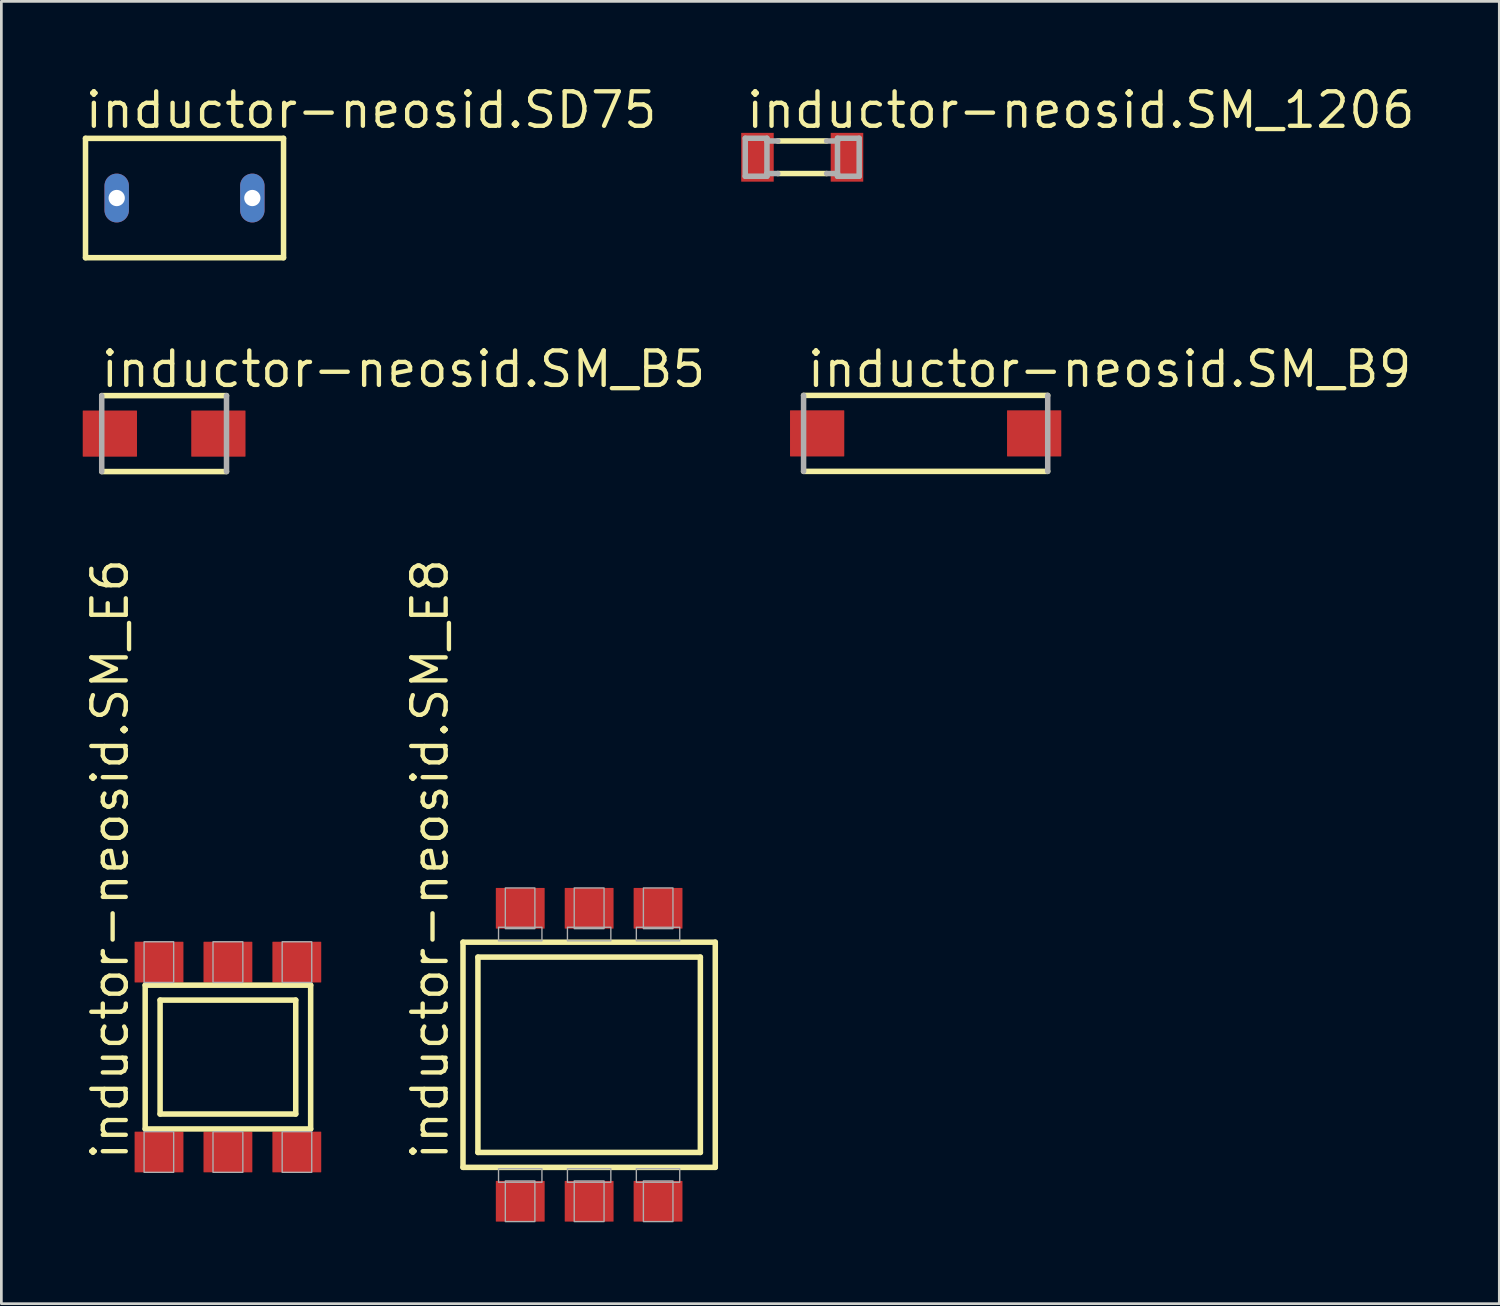
<source format=kicad_pcb>
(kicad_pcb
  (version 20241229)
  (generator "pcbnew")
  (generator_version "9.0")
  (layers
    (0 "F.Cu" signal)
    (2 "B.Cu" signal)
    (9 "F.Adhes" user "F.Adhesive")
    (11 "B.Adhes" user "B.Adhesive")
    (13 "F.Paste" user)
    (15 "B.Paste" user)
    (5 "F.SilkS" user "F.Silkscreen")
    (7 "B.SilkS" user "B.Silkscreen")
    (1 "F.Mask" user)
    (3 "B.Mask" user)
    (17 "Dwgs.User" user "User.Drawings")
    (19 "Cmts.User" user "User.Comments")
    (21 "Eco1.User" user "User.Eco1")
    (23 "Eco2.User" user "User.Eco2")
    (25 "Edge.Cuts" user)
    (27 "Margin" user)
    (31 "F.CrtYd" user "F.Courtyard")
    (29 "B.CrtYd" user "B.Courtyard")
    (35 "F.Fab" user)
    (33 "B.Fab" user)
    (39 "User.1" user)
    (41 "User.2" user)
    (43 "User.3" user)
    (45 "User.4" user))
  (footprint "inductor-neosid.SM_E8"
    (layer "F.Cu")
    (at 18.668 35.833)
    (property "Reference" "inductor-neosid.SM_E8" (at -5.126 3.962 90) (layer "F.SilkS") (effects (font (size 1.27 1.27) (thickness 0.16)) (justify left bottom)))
    (attr smd)
    (fp_line (start -4.65 -4.15) (end 4.65 -4.15) (stroke (width 0.203) (type default)) (layer "F.SilkS"))
    (fp_line (start -4.65 4.15) (end -4.65 -4.15) (stroke (width 0.203) (type default)) (layer "F.SilkS"))
    (fp_line (start -4.1 -3.6) (end 4.1 -3.6) (stroke (width 0.203) (type default)) (layer "F.SilkS"))
    (fp_line (start -4.1 3.6) (end -4.1 -3.6) (stroke (width 0.203) (type default)) (layer "F.SilkS"))
    (fp_line (start 4.1 -3.6) (end 4.1 3.6) (stroke (width 0.203) (type default)) (layer "F.SilkS"))
    (fp_line (start 4.1 3.6) (end -4.1 3.6) (stroke (width 0.203) (type default)) (layer "F.SilkS"))
    (fp_line (start 4.65 -4.15) (end 4.65 4.15) (stroke (width 0.203) (type default)) (layer "F.SilkS"))
    (fp_line (start 4.65 4.15) (end -4.65 4.15) (stroke (width 0.203) (type default)) (layer "F.SilkS"))
    (fp_rect (start -3.34 -4.2) (end -1.74 -4.7) (stroke (width 0.05) (type default)) (fill no) (layer "F.Fab"))
    (fp_rect (start -3.34 4.7) (end -1.74 4.2) (stroke (width 0.05) (type default)) (fill no) (layer "F.Fab"))
    (fp_rect (start -3.09 -4.65) (end -2 -6.15) (stroke (width 0.05) (type default)) (fill no) (layer "F.Fab"))
    (fp_rect (start -3.09 6.15) (end -2 4.65) (stroke (width 0.05) (type default)) (fill no) (layer "F.Fab"))
    (fp_rect (start -0.8 -4.2) (end 0.8 -4.7) (stroke (width 0.05) (type default)) (fill no) (layer "F.Fab"))
    (fp_rect (start -0.8 4.7) (end 0.8 4.2) (stroke (width 0.05) (type default)) (fill no) (layer "F.Fab"))
    (fp_rect (start -0.55 -4.65) (end 0.55 -6.15) (stroke (width 0.05) (type default)) (fill no) (layer "F.Fab"))
    (fp_rect (start -0.55 6.15) (end 0.55 4.65) (stroke (width 0.05) (type default)) (fill no) (layer "F.Fab"))
    (fp_rect (start 1.74 -4.2) (end 3.34 -4.7) (stroke (width 0.05) (type default)) (fill no) (layer "F.Fab"))
    (fp_rect (start 1.74 4.7) (end 3.34 4.2) (stroke (width 0.05) (type default)) (fill no) (layer "F.Fab"))
    (fp_rect (start 2 -4.65) (end 3.09 -6.15) (stroke (width 0.05) (type default)) (fill no) (layer "F.Fab"))
    (fp_rect (start 2 6.15) (end 3.09 4.65) (stroke (width 0.05) (type default)) (fill no) (layer "F.Fab"))
    (pad "1" smd roundrect (at -2.54 -5.4) (size 1.8 1.5) (layers "F.Cu" "F.Mask" "F.Paste") (roundrect_rratio 0.01))
    (pad "2" smd roundrect (at 0 -5.4) (size 1.8 1.5) (layers "F.Cu" "F.Mask" "F.Paste") (roundrect_rratio 0.01))
    (pad "3" smd roundrect (at 2.54 -5.4) (size 1.8 1.5) (layers "F.Cu" "F.Mask" "F.Paste") (roundrect_rratio 0.01))
    (pad "4" smd roundrect (at 2.54 5.4) (size 1.8 1.5) (layers "F.Cu" "F.Mask" "F.Paste") (roundrect_rratio 0.01))
    (pad "5" smd roundrect (at 0 5.4) (size 1.8 1.5) (layers "F.Cu" "F.Mask" "F.Paste") (roundrect_rratio 0.01))
    (pad "6" smd roundrect (at -2.54 5.4) (size 1.8 1.5) (layers "F.Cu" "F.Mask" "F.Paste") (roundrect_rratio 0.01)))
  (footprint "inductor-neosid.SM_B9"
    (layer "F.Cu")
    (at 31.073 12.926)
    (property "Reference" "inductor-neosid.SM_B9" (at -4.451 -1.624 0) (layer "F.SilkS") (effects (font (size 1.27 1.27) (thickness 0.16)) (justify left bottom)))
    (attr smd)
    (fp_line (start -4.5 1.4) (end 4.5 1.4) (stroke (width 0.203) (type default)) (layer "F.SilkS"))
    (fp_line (start 4.5 -1.4) (end -4.5 -1.4) (stroke (width 0.203) (type default)) (layer "F.SilkS"))
    (fp_line (start -4.5 -1.4) (end -4.5 1.4) (stroke (width 0.203) (type default)) (layer "F.Fab"))
    (fp_line (start 4.5 1.4) (end 4.5 -1.4) (stroke (width 0.203) (type default)) (layer "F.Fab"))
    (pad "1" smd roundrect (at -4 0) (size 2 1.7) (layers "F.Cu" "F.Mask" "F.Paste") (roundrect_rratio 0.01))
    (pad "2" smd roundrect (at 4 0) (size 2 1.7) (layers "F.Cu" "F.Mask" "F.Paste") (roundrect_rratio 0.01)))
  (footprint "inductor-neosid.SD75"
    (layer "F.Cu")
    (at 3.752 4.25)
    (property "Reference" "inductor-neosid.SD75" (at -3.75 -2.5 0) (layer "F.SilkS") (effects (font (size 1.27 1.27) (thickness 0.16)) (justify left bottom)))
    (attr through_hole)
    (fp_line (start -3.65 -2.2) (end -3.65 2.2) (stroke (width 0.203) (type default)) (layer "F.SilkS"))
    (fp_line (start -3.65 2.2) (end 3.65 2.2) (stroke (width 0.203) (type default)) (layer "F.SilkS"))
    (fp_line (start 3.65 -2.2) (end -3.65 -2.2) (stroke (width 0.203) (type default)) (layer "F.SilkS"))
    (fp_line (start 3.65 2.2) (end 3.65 -2.2) (stroke (width 0.203) (type default)) (layer "F.SilkS"))
    (pad "1" thru_hole oval (at -2.5 0 90) (size 1.8 0.9) (drill 0.6) (layers "*.Cu" "*.Mask"))
    (pad "2" thru_hole oval (at 2.5 0 90) (size 1.8 0.9) (drill 0.6) (layers "*.Cu" "*.Mask")))
  (footprint "inductor-neosid.SM_E6"
    (layer "F.Cu")
    (at 5.352 35.917)
    (property "Reference" "inductor-neosid.SM_E6" (at -3.602 3.878 90) (layer "F.SilkS") (effects (font (size 1.27 1.27) (thickness 0.16)) (justify left bottom)))
    (attr smd)
    (fp_line (start -3.05 -2.65) (end 3.05 -2.65) (stroke (width 0.203) (type default)) (layer "F.SilkS"))
    (fp_line (start -3.05 2.65) (end -3.05 -2.65) (stroke (width 0.203) (type default)) (layer "F.SilkS"))
    (fp_line (start -2.5 -2.1) (end 2.5 -2.1) (stroke (width 0.203) (type default)) (layer "F.SilkS"))
    (fp_line (start -2.5 2.1) (end -2.5 -2.1) (stroke (width 0.203) (type default)) (layer "F.SilkS"))
    (fp_line (start 2.5 -2.1) (end 2.5 2.1) (stroke (width 0.203) (type default)) (layer "F.SilkS"))
    (fp_line (start 2.5 2.1) (end -2.5 2.1) (stroke (width 0.203) (type default)) (layer "F.SilkS"))
    (fp_line (start 3.05 -2.65) (end 3.05 2.65) (stroke (width 0.203) (type default)) (layer "F.SilkS"))
    (fp_line (start 3.05 2.65) (end -3.05 2.65) (stroke (width 0.203) (type default)) (layer "F.SilkS"))
    (fp_rect (start -3.09 -2.75) (end -2 -4.25) (stroke (width 0.05) (type default)) (fill no) (layer "F.Fab"))
    (fp_rect (start -3.09 4.25) (end -2 2.75) (stroke (width 0.05) (type default)) (fill no) (layer "F.Fab"))
    (fp_rect (start -0.55 -2.75) (end 0.55 -4.25) (stroke (width 0.05) (type default)) (fill no) (layer "F.Fab"))
    (fp_rect (start -0.55 4.25) (end 0.55 2.75) (stroke (width 0.05) (type default)) (fill no) (layer "F.Fab"))
    (fp_rect (start 2 -2.75) (end 3.09 -4.25) (stroke (width 0.05) (type default)) (fill no) (layer "F.Fab"))
    (fp_rect (start 2 4.25) (end 3.09 2.75) (stroke (width 0.05) (type default)) (fill no) (layer "F.Fab"))
    (pad "1" smd roundrect (at -2.54 -3.5) (size 1.8 1.5) (layers "F.Cu" "F.Mask" "F.Paste") (roundrect_rratio 0.01))
    (pad "2" smd roundrect (at 0 -3.5) (size 1.8 1.5) (layers "F.Cu" "F.Mask" "F.Paste") (roundrect_rratio 0.01))
    (pad "3" smd roundrect (at 2.54 -3.5) (size 1.8 1.5) (layers "F.Cu" "F.Mask" "F.Paste") (roundrect_rratio 0.01))
    (pad "4" smd roundrect (at 2.54 3.5) (size 1.8 1.5) (layers "F.Cu" "F.Mask" "F.Paste") (roundrect_rratio 0.01))
    (pad "5" smd roundrect (at 0 3.5) (size 1.8 1.5) (layers "F.Cu" "F.Mask" "F.Paste") (roundrect_rratio 0.01))
    (pad "6" smd roundrect (at -2.54 3.5) (size 1.8 1.5) (layers "F.Cu" "F.Mask" "F.Paste") (roundrect_rratio 0.01)))
  (footprint "inductor-neosid.SM_B5"
    (layer "F.Cu")
    (at 3 12.934)
    (property "Reference" "inductor-neosid.SM_B5" (at -2.408 -1.632 0) (layer "F.SilkS") (effects (font (size 1.27 1.27) (thickness 0.16)) (justify left bottom)))
    (attr smd)
    (fp_line (start -2.3 1.4) (end 2.3 1.4) (stroke (width 0.203) (type default)) (layer "F.SilkS"))
    (fp_line (start 2.3 -1.4) (end -2.3 -1.4) (stroke (width 0.203) (type default)) (layer "F.SilkS"))
    (fp_line (start -2.3 -1.4) (end -2.3 1.4) (stroke (width 0.203) (type default)) (layer "F.Fab"))
    (fp_line (start 2.3 1.4) (end 2.3 -1.4) (stroke (width 0.203) (type default)) (layer "F.Fab"))
    (pad "1" smd roundrect (at -2 0) (size 2 1.7) (layers "F.Cu" "F.Mask" "F.Paste") (roundrect_rratio 0.01))
    (pad "2" smd roundrect (at 2 0) (size 2 1.7) (layers "F.Cu" "F.Mask" "F.Paste") (roundrect_rratio 0.01)))
  (footprint "inductor-neosid.SM_1206"
    (layer "F.Cu")
    (at 26.523 2.747)
    (property "Reference" "inductor-neosid.SM_1206" (at -2.143 -0.997 0) (layer "F.SilkS") (effects (font (size 1.27 1.27) (thickness 0.16)) (justify left bottom)))
    (attr smd)
    (fp_line (start -0.9 0.6) (end 0.9 0.6) (stroke (width 0.203) (type default)) (layer "F.SilkS"))
    (fp_line (start 0.9 -0.6) (end -0.9 -0.6) (stroke (width 0.203) (type default)) (layer "F.SilkS"))
    (fp_line (start -2.1 -0.7) (end -2.1 0.7) (stroke (width 0.203) (type default)) (layer "F.Fab"))
    (fp_line (start -2.1 0.7) (end -1.3 0.7) (stroke (width 0.203) (type default)) (layer "F.Fab"))
    (fp_line (start -1.3 -0.7) (end -2.1 -0.7) (stroke (width 0.203) (type default)) (layer "F.Fab"))
    (fp_line (start -1.3 -0.6) (end -1.3 -0.7) (stroke (width 0.203) (type default)) (layer "F.Fab"))
    (fp_line (start -1.3 0.6) (end -1.3 -0.6) (stroke (width 0.203) (type default)) (layer "F.Fab"))
    (fp_line (start -1.3 0.6) (end -0.9 0.6) (stroke (width 0.203) (type default)) (layer "F.Fab"))
    (fp_line (start -1.3 0.7) (end -1.3 0.6) (stroke (width 0.203) (type default)) (layer "F.Fab"))
    (fp_line (start -0.9 -0.6) (end -1.3 -0.6) (stroke (width 0.203) (type default)) (layer "F.Fab"))
    (fp_line (start 0.9 0.6) (end 1.3 0.6) (stroke (width 0.203) (type default)) (layer "F.Fab"))
    (fp_line (start 1.3 -0.7) (end 1.3 -0.6) (stroke (width 0.203) (type default)) (layer "F.Fab"))
    (fp_line (start 1.3 -0.6) (end 0.9 -0.6) (stroke (width 0.203) (type default)) (layer "F.Fab"))
    (fp_line (start 1.3 -0.6) (end 1.3 0.6) (stroke (width 0.203) (type default)) (layer "F.Fab"))
    (fp_line (start 1.3 0.6) (end 1.3 0.7) (stroke (width 0.203) (type default)) (layer "F.Fab"))
    (fp_line (start 1.3 0.7) (end 2.1 0.7) (stroke (width 0.203) (type default)) (layer "F.Fab"))
    (fp_line (start 2.1 -0.7) (end 1.3 -0.7) (stroke (width 0.203) (type default)) (layer "F.Fab"))
    (fp_line (start 2.1 0.7) (end 2.1 -0.7) (stroke (width 0.203) (type default)) (layer "F.Fab"))
    (pad "1" smd roundrect (at -1.65 0) (size 1.2 1.8) (layers "F.Cu" "F.Mask" "F.Paste") (roundrect_rratio 0.01))
    (pad "2" smd roundrect (at 1.65 0) (size 1.2 1.8) (layers "F.Cu" "F.Mask" "F.Paste") (roundrect_rratio 0.01)))
  (gr_rect
    (start -3 -3)
    (end 52.22 45.008)
    (stroke (width 0.1) (type default))
    (fill no)
    (layer "Edge.Cuts")))
</source>
